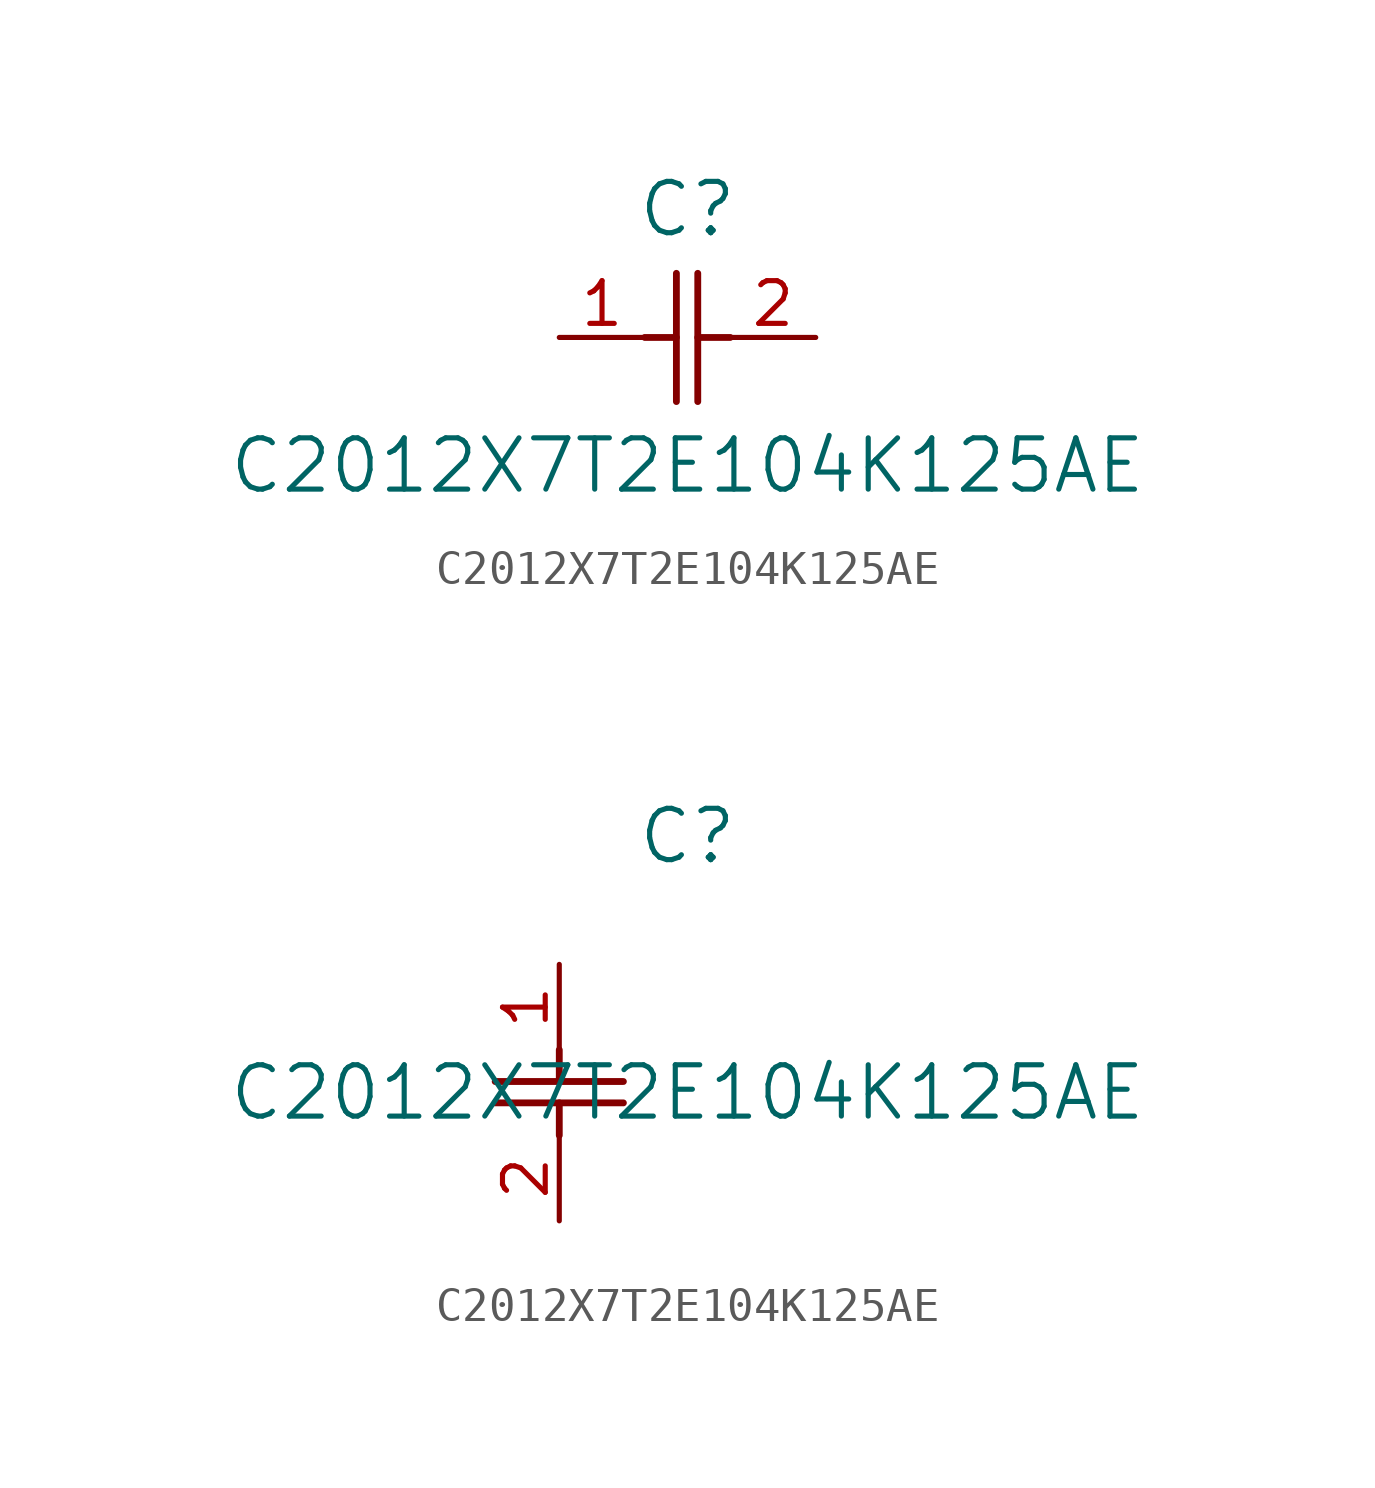
<source format=kicad_sym>
(kicad_symbol_lib
  (version 20211014)
  (generator kicad_symbol_editor)
  (symbol "C2012X7T2E104K125AE"
    (pin_names
      (offset 0.254))
    (property "Reference" "C"
      (at 3.81 3.81 0)
      (effects (font (size 1.524 1.524))))
    (property "Value" "C2012X7T2E104K125AE"
      (at 3.81 -3.81 0)
      (effects (font (size 1.524 1.524))))
    (symbol "C2012X7T2E104K125AE_1_1"
      (polyline (pts (xy 3.48 -1.905) (xy 3.48 1.905)) (stroke (width 0.203) (type default) (color 0 0 0 0)) (fill (type none)))
      (polyline (pts (xy 4.115 -1.905) (xy 4.115 1.905)) (stroke (width 0.203) (type default) (color 0 0 0 0)) (fill (type none)))
      (polyline (pts (xy 4.115 0) (xy 5.08 0)) (stroke (width 0.203) (type default) (color 0 0 0 0)) (fill (type none)))
      (polyline (pts (xy 2.54 0) (xy 3.48 0)) (stroke (width 0.203) (type default) (color 0 0 0 0)) (fill (type none)))
      (pin unspecified line (at 0 0 0) (length 2.54) (name "" (effects (font (size 1.27 1.27)))) (number "1" (effects (font (size 1.27 1.27)))))
      (pin unspecified line (at 7.62 0 180) (length 2.54) (name "" (effects (font (size 1.27 1.27)))) (number "2" (effects (font (size 1.27 1.27))))))
    (symbol "C2012X7T2E104K125AE_1_2"
      (polyline (pts (xy -1.905 -3.48) (xy 1.905 -3.48)) (stroke (width 0.203) (type default) (color 0 0 0 0)) (fill (type none)))
      (polyline (pts (xy -1.905 -4.115) (xy 1.905 -4.115)) (stroke (width 0.203) (type default) (color 0 0 0 0)) (fill (type none)))
      (polyline (pts (xy 0 -4.115) (xy 0 -5.08)) (stroke (width 0.203) (type default) (color 0 0 0 0)) (fill (type none)))
      (polyline (pts (xy 0 -2.54) (xy 0 -3.48)) (stroke (width 0.203) (type default) (color 0 0 0 0)) (fill (type none)))
      (pin unspecified line (at 0 0 270) (length 2.54) (name "" (effects (font (size 1.27 1.27)))) (number "1" (effects (font (size 1.27 1.27)))))
      (pin unspecified line (at 0 -7.62 90) (length 2.54) (name "" (effects (font (size 1.27 1.27)))) (number "2" (effects (font (size 1.27 1.27))))))))
</source>
